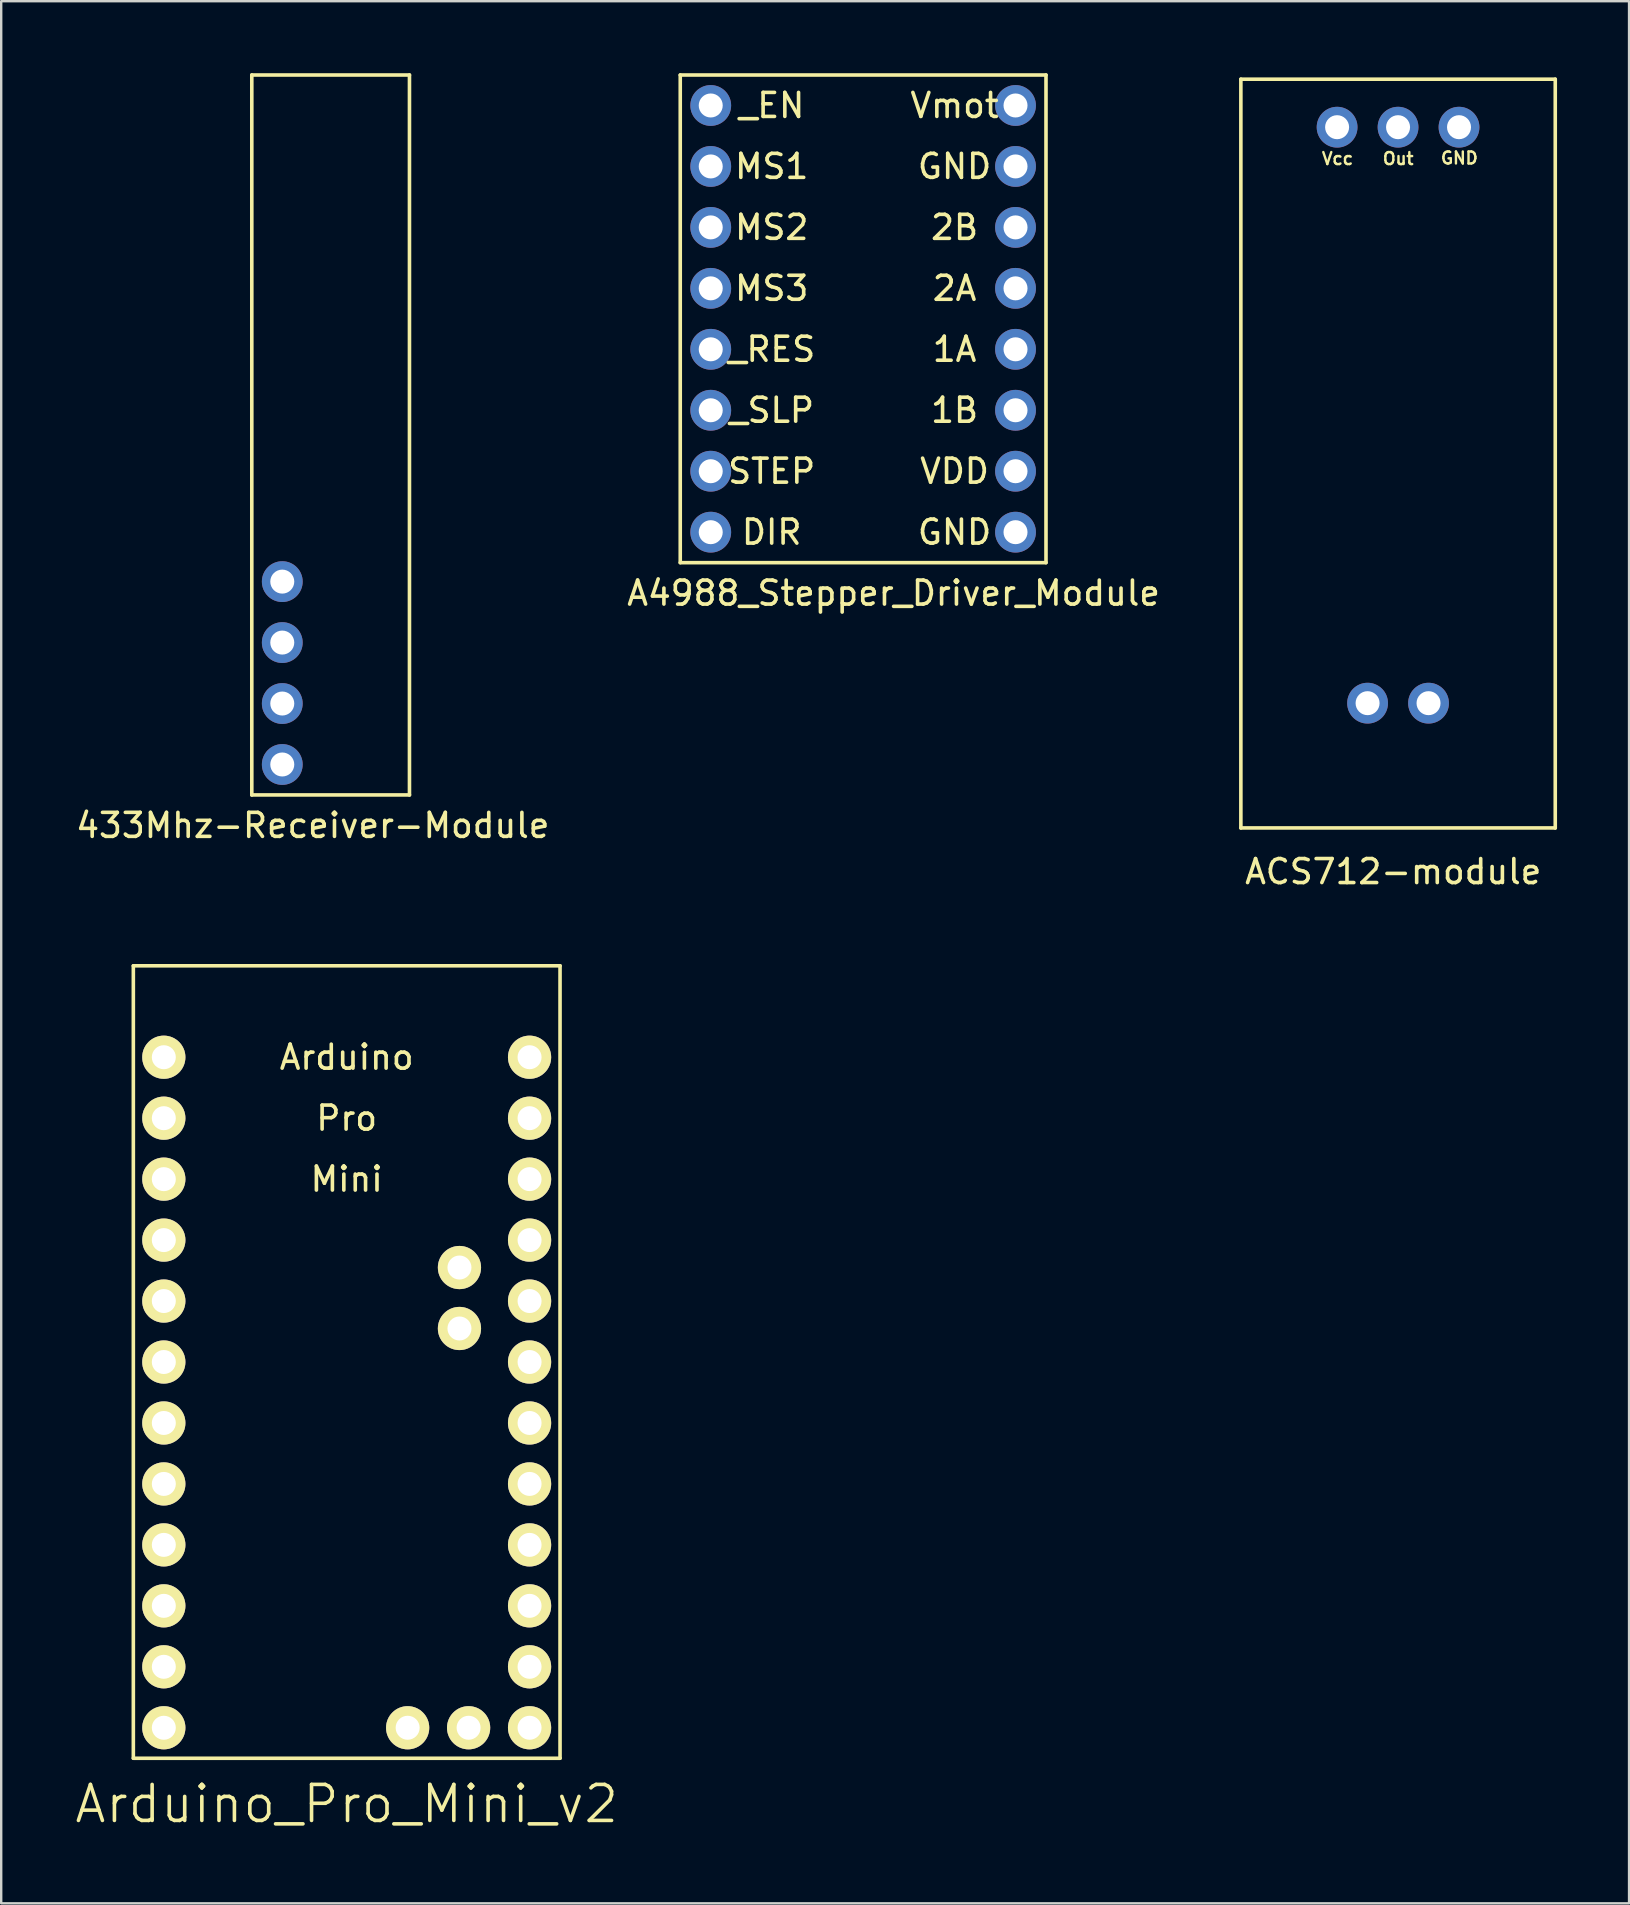
<source format=kicad_pcb>
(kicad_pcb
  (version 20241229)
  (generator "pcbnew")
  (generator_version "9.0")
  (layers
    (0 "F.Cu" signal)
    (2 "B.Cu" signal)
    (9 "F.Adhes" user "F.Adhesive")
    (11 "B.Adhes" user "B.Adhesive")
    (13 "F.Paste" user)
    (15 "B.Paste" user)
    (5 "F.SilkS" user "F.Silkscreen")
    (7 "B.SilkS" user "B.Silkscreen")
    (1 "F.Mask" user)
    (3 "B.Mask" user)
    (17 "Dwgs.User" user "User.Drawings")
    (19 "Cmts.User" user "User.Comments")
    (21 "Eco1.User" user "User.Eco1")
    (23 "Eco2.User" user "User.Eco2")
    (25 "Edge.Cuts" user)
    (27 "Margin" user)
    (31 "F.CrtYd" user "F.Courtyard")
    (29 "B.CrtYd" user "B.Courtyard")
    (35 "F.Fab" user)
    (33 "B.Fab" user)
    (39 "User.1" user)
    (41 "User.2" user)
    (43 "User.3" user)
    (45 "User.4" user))
  (footprint "ACS712-module"
    (layer "F.Cu")
    (at 48.655 0.25)
    (property "Reference" "ACS712-module" (at 6.35 33.02 0) (layer "F.SilkS") (effects (font (size 1 1) (thickness 0.15))))
    (attr through_hole)
    (fp_line (start 0 0) (end 0 31.2) (stroke (width 0.15) (type solid)) (layer "F.SilkS"))
    (fp_line (start 0 31.2) (end 13.1 31.2) (stroke (width 0.15) (type solid)) (layer "F.SilkS"))
    (fp_line (start 13.1 0) (end 0 0) (stroke (width 0.15) (type solid)) (layer "F.SilkS"))
    (fp_line (start 13.1 0) (end 13.1 31.2) (stroke (width 0.15) (type solid)) (layer "F.SilkS"))
    (fp_text user "GND" (at 9.105 3.285 0) (layer "F.SilkS") (effects (font (size 0.5 0.5) (thickness 0.1))))
    (fp_text user "Out" (at 6.555 3.31 0) (layer "F.SilkS") (effects (font (size 0.5 0.5) (thickness 0.1))))
    (fp_text user "Vcc" (at 4.03 3.31 0) (layer "F.SilkS") (effects (font (size 0.5 0.5) (thickness 0.1))))
    (pad "1" thru_hole circle (at 4.01 2) (size 1.7 1.7) (drill 1) (layers "*.Cu" "*.Mask"))
    (pad "2" thru_hole circle (at 6.55 2) (size 1.7 1.7) (drill 1) (layers "*.Cu" "*.Mask"))
    (pad "3" thru_hole circle (at 9.09 2) (size 1.7 1.7) (drill 1) (layers "*.Cu" "*.Mask"))
    (pad "4" thru_hole circle (at 5.28 26) (size 1.7 1.7) (drill 1) (layers "*.Cu" "*.Mask"))
    (pad "5" thru_hole circle (at 7.82 26) (size 1.7 1.7) (drill 1) (layers "*.Cu" "*.Mask")))
  (footprint "Arduino_Pro_Mini_v2"
    (layer "F.Cu")
    (at 19.016 68.943)
    (property "Reference" "Arduino_Pro_Mini_v2" (at -7.62 3.175 0) (layer "F.SilkS") (effects (font (size 1.5 1.5) (thickness 0.15))))
    (attr through_hole)
    (fp_line (start -16.51 -31.75) (end 1.27 -31.75) (stroke (width 0.15) (type solid)) (layer "F.SilkS"))
    (fp_line (start -16.51 1.27) (end -16.51 -31.75) (stroke (width 0.15) (type solid)) (layer "F.SilkS"))
    (fp_line (start 1.27 -31.75) (end 1.27 1.27) (stroke (width 0.15) (type solid)) (layer "F.SilkS"))
    (fp_line (start 1.27 1.27) (end -16.51 1.27) (stroke (width 0.15) (type solid)) (layer "F.SilkS"))
    (fp_text user "Pro" (at -7.62 -25.4 0) (layer "F.SilkS") (effects (font (size 1 1) (thickness 0.15))))
    (fp_text user "Arduino" (at -7.62 -27.94 0) (layer "F.SilkS") (effects (font (size 1 1) (thickness 0.15))))
    (fp_text user "Mini" (at -7.62 -22.86 0) (layer "F.SilkS") (effects (font (size 1 1) (thickness 0.15))))
    (pad "1" thru_hole circle (at -15.24 -27.94) (size 1.8 1.8) (drill 1) (layers "*.Cu" "*.Mask" "F.SilkS"))
    (pad "2" thru_hole circle (at -15.24 -25.4) (size 1.8 1.8) (drill 1) (layers "*.Cu" "*.Mask" "F.SilkS"))
    (pad "3" thru_hole circle (at -15.24 -22.86) (size 1.8 1.8) (drill 1) (layers "*.Cu" "*.Mask" "F.SilkS"))
    (pad "4" thru_hole circle (at -15.24 -20.32) (size 1.8 1.8) (drill 1) (layers "*.Cu" "*.Mask" "F.SilkS"))
    (pad "5" thru_hole circle (at -15.24 -17.78) (size 1.8 1.8) (drill 1) (layers "*.Cu" "*.Mask" "F.SilkS"))
    (pad "6" thru_hole circle (at -15.24 -15.24) (size 1.8 1.8) (drill 1) (layers "*.Cu" "*.Mask" "F.SilkS"))
    (pad "7" thru_hole circle (at -15.24 -12.7) (size 1.8 1.8) (drill 1) (layers "*.Cu" "*.Mask" "F.SilkS"))
    (pad "8" thru_hole circle (at -15.24 -10.16) (size 1.8 1.8) (drill 1) (layers "*.Cu" "*.Mask" "F.SilkS"))
    (pad "9" thru_hole circle (at -15.24 -7.62) (size 1.8 1.8) (drill 1) (layers "*.Cu" "*.Mask" "F.SilkS"))
    (pad "10" thru_hole circle (at -15.24 -5.08) (size 1.8 1.8) (drill 1) (layers "*.Cu" "*.Mask" "F.SilkS"))
    (pad "11" thru_hole circle (at -15.24 -2.54) (size 1.8 1.8) (drill 1) (layers "*.Cu" "*.Mask" "F.SilkS"))
    (pad "12" thru_hole circle (at -15.24 0) (size 1.8 1.8) (drill 1) (layers "*.Cu" "*.Mask" "F.SilkS"))
    (pad "13" thru_hole circle (at 0 0) (size 1.8 1.8) (drill 1) (layers "*.Cu" "*.Mask" "F.SilkS"))
    (pad "14" thru_hole circle (at 0 -2.54) (size 1.8 1.8) (drill 1) (layers "*.Cu" "*.Mask" "F.SilkS"))
    (pad "15" thru_hole circle (at 0 -5.08) (size 1.8 1.8) (drill 1) (layers "*.Cu" "*.Mask" "F.SilkS"))
    (pad "16" thru_hole circle (at 0 -7.62) (size 1.8 1.8) (drill 1) (layers "*.Cu" "*.Mask" "F.SilkS"))
    (pad "17" thru_hole circle (at 0 -10.16) (size 1.8 1.8) (drill 1) (layers "*.Cu" "*.Mask" "F.SilkS"))
    (pad "18" thru_hole circle (at 0 -12.7) (size 1.8 1.8) (drill 1) (layers "*.Cu" "*.Mask" "F.SilkS"))
    (pad "19" thru_hole circle (at 0 -15.24) (size 1.8 1.8) (drill 1) (layers "*.Cu" "*.Mask" "F.SilkS"))
    (pad "20" thru_hole circle (at 0 -17.78) (size 1.8 1.8) (drill 1) (layers "*.Cu" "*.Mask" "F.SilkS"))
    (pad "21" thru_hole circle (at 0 -20.32) (size 1.8 1.8) (drill 1) (layers "*.Cu" "*.Mask" "F.SilkS"))
    (pad "22" thru_hole circle (at 0 -22.86) (size 1.8 1.8) (drill 1) (layers "*.Cu" "*.Mask" "F.SilkS"))
    (pad "23" thru_hole circle (at 0 -25.4) (size 1.8 1.8) (drill 1) (layers "*.Cu" "*.Mask" "F.SilkS"))
    (pad "24" thru_hole circle (at 0 -27.94) (size 1.8 1.8) (drill 1) (layers "*.Cu" "*.Mask" "F.SilkS"))
    (pad "31" thru_hole circle (at -2.921 -16.637) (size 1.8 1.8) (drill 1) (layers "*.Cu" "*.Mask" "F.SilkS"))
    (pad "32" thru_hole circle (at -2.921 -19.177) (size 1.8 1.8) (drill 1) (layers "*.Cu" "*.Mask" "F.SilkS"))
    (pad "33" thru_hole circle (at -5.08 0 270) (size 1.8 1.8) (drill 1) (layers "*.Cu" "*.Mask" "F.SilkS"))
    (pad "34" thru_hole circle (at -2.54 0 270) (size 1.8 1.8) (drill 1) (layers "*.Cu" "*.Mask" "F.SilkS")))
  (footprint "A4988_Stepper_Driver_Module"
    (layer "F.Cu")
    (at 26.565 1.345)
    (property "Reference" "A4988_Stepper_Driver_Module" (at 7.62 20.32 0) (layer "F.SilkS") (effects (font (size 1 1) (thickness 0.15))))
    (attr through_hole)
    (fp_line (start -1.27 -1.27) (end 13.97 -1.27) (stroke (width 0.15) (type solid)) (layer "F.SilkS"))
    (fp_line (start -1.27 19.05) (end -1.27 -1.27) (stroke (width 0.15) (type solid)) (layer "F.SilkS"))
    (fp_line (start 13.97 -1.27) (end 13.97 19.05) (stroke (width 0.15) (type solid)) (layer "F.SilkS"))
    (fp_line (start 13.97 19.05) (end -1.27 19.05) (stroke (width 0.15) (type solid)) (layer "F.SilkS"))
    (fp_text user "STEP" (at 2.54 15.24 0) (layer "F.SilkS") (effects (font (size 1 1) (thickness 0.15))))
    (fp_text user "Vmot" (at 10.16 0 0) (layer "F.SilkS") (effects (font (size 1 1) (thickness 0.15))))
    (fp_text user "GND" (at 10.16 2.54 0) (layer "F.SilkS") (effects (font (size 1 1) (thickness 0.15))))
    (fp_text user "MS3" (at 2.54 7.62 0) (layer "F.SilkS") (effects (font (size 1 1) (thickness 0.15))))
    (fp_text user "2A" (at 10.16 7.62 0) (layer "F.SilkS") (effects (font (size 1 1) (thickness 0.15))))
    (fp_text user "_SLP" (at 2.54 12.7 0) (layer "F.SilkS") (effects (font (size 1 1) (thickness 0.15))))
    (fp_text user "1B" (at 10.16 12.7 0) (layer "F.SilkS") (effects (font (size 1 1) (thickness 0.15))))
    (fp_text user "MS2" (at 2.54 5.08 0) (layer "F.SilkS") (effects (font (size 1 1) (thickness 0.15))))
    (fp_text user "VDD" (at 10.16 15.24 0) (layer "F.SilkS") (effects (font (size 1 1) (thickness 0.15))))
    (fp_text user "GND" (at 10.16 17.78 0) (layer "F.SilkS") (effects (font (size 1 1) (thickness 0.15))))
    (fp_text user "1A" (at 10.16 10.16 0) (layer "F.SilkS") (effects (font (size 1 1) (thickness 0.15))))
    (fp_text user "2B" (at 10.16 5.08 0) (layer "F.SilkS") (effects (font (size 1 1) (thickness 0.15))))
    (fp_text user "_RES" (at 2.54 10.16 0) (layer "F.SilkS") (effects (font (size 1 1) (thickness 0.15))))
    (fp_text user "DIR" (at 2.54 17.78 0) (layer "F.SilkS") (effects (font (size 1 1) (thickness 0.15))))
    (fp_text user "_EN" (at 2.54 0 0) (layer "F.SilkS") (effects (font (size 1 1) (thickness 0.15))))
    (fp_text user "MS1" (at 2.54 2.54 0) (layer "F.SilkS") (effects (font (size 1 1) (thickness 0.15))))
    (pad "1" thru_hole circle (at 0 0) (size 1.7 1.7) (drill 1) (layers "*.Cu" "*.Mask"))
    (pad "2" thru_hole circle (at 0 2.54) (size 1.7 1.7) (drill 1) (layers "*.Cu" "*.Mask"))
    (pad "3" thru_hole circle (at 0 5.08) (size 1.7 1.7) (drill 1) (layers "*.Cu" "*.Mask"))
    (pad "4" thru_hole circle (at 0 7.62) (size 1.7 1.7) (drill 1) (layers "*.Cu" "*.Mask"))
    (pad "5" thru_hole circle (at 0 10.16) (size 1.7 1.7) (drill 1) (layers "*.Cu" "*.Mask"))
    (pad "6" thru_hole circle (at 0 12.7) (size 1.7 1.7) (drill 1) (layers "*.Cu" "*.Mask"))
    (pad "7" thru_hole circle (at 0 15.24) (size 1.7 1.7) (drill 1) (layers "*.Cu" "*.Mask"))
    (pad "8" thru_hole circle (at 0 17.78) (size 1.7 1.7) (drill 1) (layers "*.Cu" "*.Mask"))
    (pad "9" thru_hole circle (at 12.7 0) (size 1.7 1.7) (drill 1) (layers "*.Cu" "*.Mask"))
    (pad "10" thru_hole circle (at 12.7 2.54) (size 1.7 1.7) (drill 1) (layers "*.Cu" "*.Mask"))
    (pad "11" thru_hole circle (at 12.7 5.08) (size 1.7 1.7) (drill 1) (layers "*.Cu" "*.Mask"))
    (pad "12" thru_hole circle (at 12.7 7.62) (size 1.7 1.7) (drill 1) (layers "*.Cu" "*.Mask"))
    (pad "13" thru_hole circle (at 12.7 10.16) (size 1.7 1.7) (drill 1) (layers "*.Cu" "*.Mask"))
    (pad "14" thru_hole circle (at 12.7 12.7) (size 1.7 1.7) (drill 1) (layers "*.Cu" "*.Mask"))
    (pad "15" thru_hole circle (at 12.7 15.24) (size 1.7 1.7) (drill 1) (layers "*.Cu" "*.Mask"))
    (pad "16" thru_hole circle (at 12.7 17.78) (size 1.7 1.7) (drill 1) (layers "*.Cu" "*.Mask")))
  (footprint "433Mhz-Receiver-Module"
    (layer "F.Cu")
    (at 8.712 21.185)
    (property "Reference" "433Mhz-Receiver-Module" (at 1.27 10.16 0) (layer "F.SilkS") (effects (font (size 1 1) (thickness 0.15))))
    (attr through_hole)
    (fp_line (start -1.27 -21.11) (end 5.3 -21.11) (stroke (width 0.15) (type solid)) (layer "F.SilkS"))
    (fp_line (start -1.27 8.89) (end -1.27 -21.11) (stroke (width 0.15) (type solid)) (layer "F.SilkS"))
    (fp_line (start -1.27 8.89) (end 5.3 8.89) (stroke (width 0.15) (type solid)) (layer "F.SilkS"))
    (fp_line (start 5.3 8.89) (end 5.3 -21.11) (stroke (width 0.15) (type solid)) (layer "F.SilkS"))
    (pad "1" thru_hole circle (at 0 0) (size 1.7 1.7) (drill 1) (layers "*.Cu" "*.Mask"))
    (pad "2" thru_hole circle (at 0 2.54) (size 1.7 1.7) (drill 1) (layers "*.Cu" "*.Mask"))
    (pad "3" thru_hole circle (at 0 5.08) (size 1.7 1.7) (drill 1) (layers "*.Cu" "*.Mask"))
    (pad "4" thru_hole circle (at 0 7.62) (size 1.7 1.7) (drill 1) (layers "*.Cu" "*.Mask")))
  (gr_rect
    (start -3 -3)
    (end 64.83 76.259)
    (stroke (width 0.1) (type default))
    (fill no)
    (layer "Edge.Cuts")))
</source>
